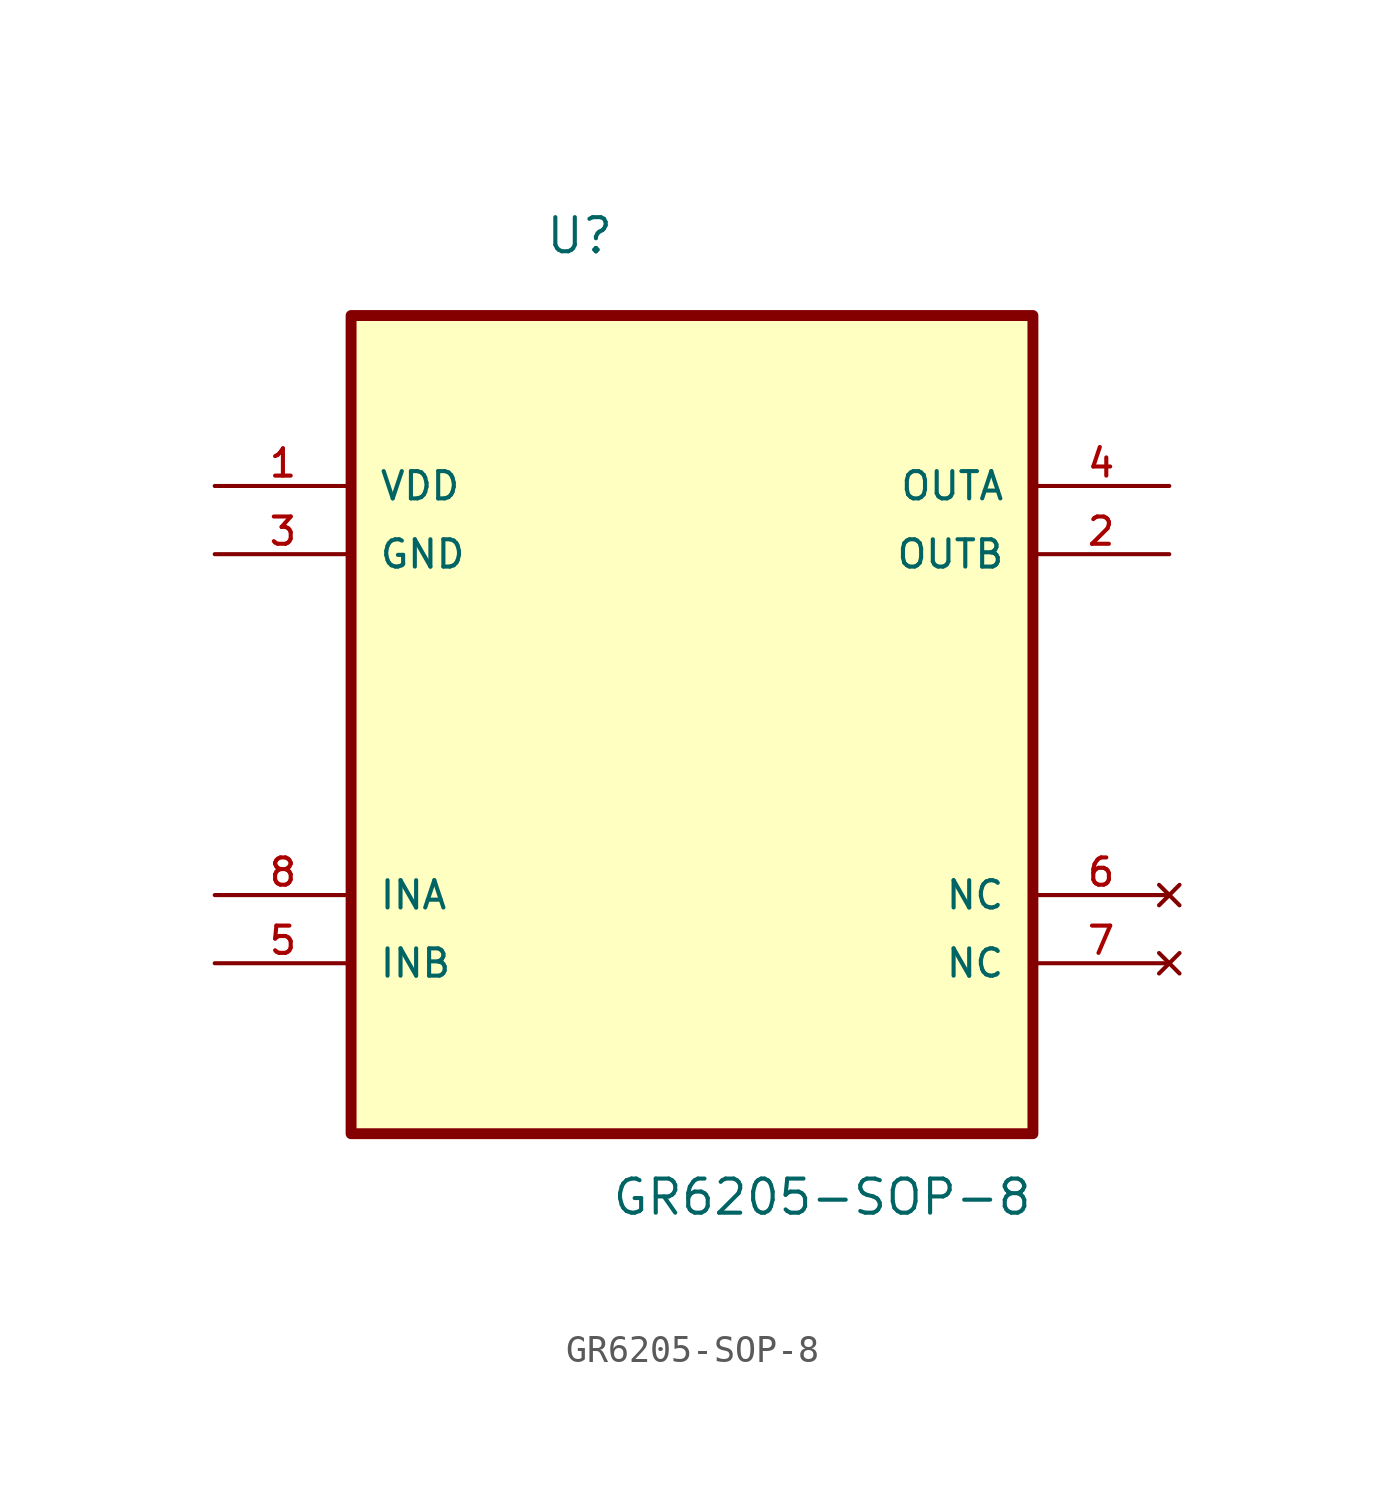
<source format=kicad_sym>
(kicad_symbol_lib
  (version 20231120)
  (generator "kicad_symbol_editor")
  (generator_version "8.0")
  (symbol "GR6205-SOP-8"
    (pin_names
      (offset 1.016))
    (property "Reference" "U"
      (at -5.494 14.931 0)
      (effects (font (size 1.27 1.27)) (justify left bottom)))
    (property "Value" "GR6205-SOP-8"
      (at -3.023 -20.885 0)
      (effects (font (size 1.27 1.27)) (justify left bottom)))
    (symbol "GR6205-SOP-8_0_0"
      (rectangle (start -12.7 12.7) (end 12.7 -17.78) (stroke (width 0.406) (type default)) (fill (type background))))
    (symbol "GR6205-SOP-8_1_0"
      (pin power_in line (at -17.78 6.35 0) (length 5.08) (name "VDD" (effects (font (size 1.016 1.016)))) (number "1" (effects (font (size 1.016 1.016)))))
      (pin output line (at 17.78 3.81 180) (length 5.08) (name "OUTB" (effects (font (size 1.016 1.016)))) (number "2" (effects (font (size 1.016 1.016)))))
      (pin power_in line (at -17.78 3.81 0) (length 5.08) (name "GND" (effects (font (size 1.016 1.016)))) (number "3" (effects (font (size 1.016 1.016)))))
      (pin output line (at 17.78 6.35 180) (length 5.08) (name "OUTA" (effects (font (size 1.016 1.016)))) (number "4" (effects (font (size 1.016 1.016)))))
      (pin input line (at -17.78 -11.43 0) (length 5.08) (name "INB" (effects (font (size 1.016 1.016)))) (number "5" (effects (font (size 1.016 1.016)))))
      (pin no_connect line (at 17.78 -8.89 180) (length 5.08) (name "NC" (effects (font (size 1.016 1.016)))) (number "6" (effects (font (size 1.016 1.016)))))
      (pin no_connect line (at 17.78 -11.43 180) (length 5.08) (name "NC" (effects (font (size 1.016 1.016)))) (number "7" (effects (font (size 1.016 1.016)))))
      (pin input line (at -17.78 -8.89 0) (length 5.08) (name "INA" (effects (font (size 1.016 1.016)))) (number "8" (effects (font (size 1.016 1.016))))))))
</source>
